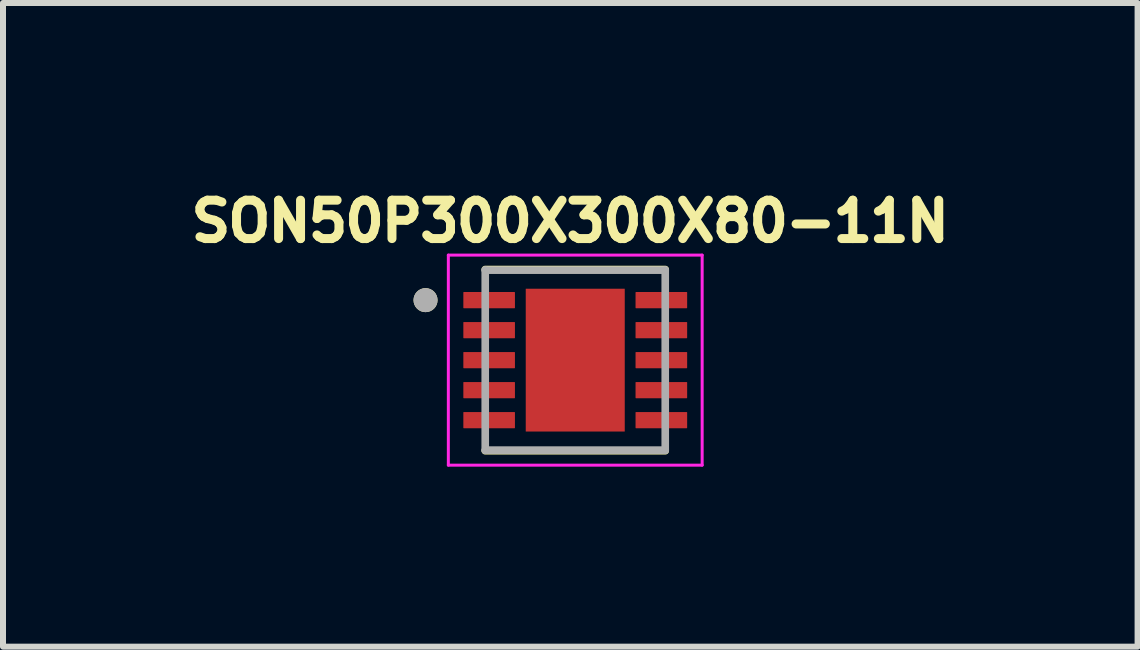
<source format=kicad_pcb>
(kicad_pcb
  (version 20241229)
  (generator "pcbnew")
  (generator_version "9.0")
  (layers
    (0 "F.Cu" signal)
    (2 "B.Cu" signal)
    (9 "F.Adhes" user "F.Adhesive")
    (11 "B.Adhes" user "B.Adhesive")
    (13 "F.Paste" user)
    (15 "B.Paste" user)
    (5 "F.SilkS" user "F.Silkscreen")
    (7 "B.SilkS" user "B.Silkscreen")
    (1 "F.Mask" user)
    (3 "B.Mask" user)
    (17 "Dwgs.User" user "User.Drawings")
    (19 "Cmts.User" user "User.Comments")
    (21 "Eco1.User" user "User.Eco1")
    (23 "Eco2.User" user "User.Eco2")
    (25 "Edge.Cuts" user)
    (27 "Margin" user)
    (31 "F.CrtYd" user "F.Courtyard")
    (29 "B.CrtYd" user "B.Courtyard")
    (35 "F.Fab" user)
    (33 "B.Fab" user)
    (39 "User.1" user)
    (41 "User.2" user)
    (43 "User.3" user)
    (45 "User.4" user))
  (footprint "SON50P300X300X80-11N"
    (layer "F.Cu")
    (at 6.537 2.952)
    (property "Reference" "SON50P300X300X80-11N" (at -0.083 -2.314 0) (layer "F.SilkS") (effects (font (size 0.64 0.64) (thickness 0.15))))
    (attr through_hole)
    (fp_poly (pts (xy -0.875 -1.24) (xy 0.875 -1.24) (xy 0.875 1.24) (xy -0.875 1.24)) (stroke (width 0.01) (type solid)) (fill yes) (layer "F.Mask"))
    (fp_poly (pts (xy -1.865 -1.185) (xy -1.005 -1.185) (xy -1.002 -1.185) (xy -1 -1.185) (xy -0.997 -1.184) (xy -0.995 -1.184) (xy -0.992 -1.183) (xy -0.99 -1.183) (xy -0.987 -1.182) (xy -0.985 -1.181) (xy -0.982 -1.18) (xy -0.98 -1.178) (xy -0.978 -1.177) (xy -0.976 -1.175) (xy -0.974 -1.174) (xy -0.972 -1.172) (xy -0.97 -1.17) (xy -0.968 -1.168) (xy -0.966 -1.166) (xy -0.965 -1.164) (xy -0.963 -1.162) (xy -0.962 -1.16) (xy -0.96 -1.158) (xy -0.959 -1.155) (xy -0.958 -1.153) (xy -0.957 -1.15) (xy -0.957 -1.148) (xy -0.956 -1.145) (xy -0.956 -1.143) (xy -0.955 -1.14) (xy -0.955 -1.138) (xy -0.955 -1.135) (xy -0.955 -0.865) (xy -0.955 -0.862) (xy -0.955 -0.86) (xy -0.956 -0.857) (xy -0.956 -0.855) (xy -0.957 -0.852) (xy -0.957 -0.85) (xy -0.958 -0.847) (xy -0.959 -0.845) (xy -0.96 -0.842) (xy -0.962 -0.84) (xy -0.963 -0.838) (xy -0.965 -0.836) (xy -0.966 -0.834) (xy -0.968 -0.832) (xy -0.97 -0.83) (xy -0.972 -0.828) (xy -0.974 -0.826) (xy -0.976 -0.825) (xy -0.978 -0.823) (xy -0.98 -0.822) (xy -0.982 -0.82) (xy -0.985 -0.819) (xy -0.987 -0.818) (xy -0.99 -0.817) (xy -0.992 -0.817) (xy -0.995 -0.816) (xy -0.997 -0.816) (xy -1 -0.815) (xy -1.002 -0.815) (xy -1.005 -0.815) (xy -1.865 -0.815) (xy -1.868 -0.815) (xy -1.87 -0.815) (xy -1.873 -0.816) (xy -1.875 -0.816) (xy -1.878 -0.817) (xy -1.88 -0.817) (xy -1.883 -0.818) (xy -1.885 -0.819) (xy -1.888 -0.82) (xy -1.89 -0.822) (xy -1.892 -0.823) (xy -1.894 -0.825) (xy -1.896 -0.826) (xy -1.898 -0.828) (xy -1.9 -0.83) (xy -1.902 -0.832) (xy -1.904 -0.834) (xy -1.905 -0.836) (xy -1.907 -0.838) (xy -1.908 -0.84) (xy -1.91 -0.842) (xy -1.911 -0.845) (xy -1.912 -0.847) (xy -1.913 -0.85) (xy -1.913 -0.852) (xy -1.914 -0.855) (xy -1.914 -0.857) (xy -1.915 -0.86) (xy -1.915 -0.862) (xy -1.915 -0.865) (xy -1.915 -1.135) (xy -1.915 -1.138) (xy -1.915 -1.14) (xy -1.914 -1.143) (xy -1.914 -1.145) (xy -1.913 -1.148) (xy -1.913 -1.15) (xy -1.912 -1.153) (xy -1.911 -1.155) (xy -1.91 -1.158) (xy -1.908 -1.16) (xy -1.907 -1.162) (xy -1.905 -1.164) (xy -1.904 -1.166) (xy -1.902 -1.168) (xy -1.9 -1.17) (xy -1.898 -1.172) (xy -1.896 -1.174) (xy -1.894 -1.175) (xy -1.892 -1.177) (xy -1.89 -1.178) (xy -1.888 -1.18) (xy -1.885 -1.181) (xy -1.883 -1.182) (xy -1.88 -1.183) (xy -1.878 -1.183) (xy -1.875 -1.184) (xy -1.873 -1.184) (xy -1.87 -1.185) (xy -1.868 -1.185) (xy -1.865 -1.185)) (stroke (width 0.01) (type solid)) (fill yes) (layer "F.Mask"))
    (fp_poly (pts (xy -1.865 -0.685) (xy -1.005 -0.685) (xy -1.002 -0.685) (xy -1 -0.685) (xy -0.997 -0.684) (xy -0.995 -0.684) (xy -0.992 -0.683) (xy -0.99 -0.683) (xy -0.987 -0.682) (xy -0.985 -0.681) (xy -0.982 -0.68) (xy -0.98 -0.678) (xy -0.978 -0.677) (xy -0.976 -0.675) (xy -0.974 -0.674) (xy -0.972 -0.672) (xy -0.97 -0.67) (xy -0.968 -0.668) (xy -0.966 -0.666) (xy -0.965 -0.664) (xy -0.963 -0.662) (xy -0.962 -0.66) (xy -0.96 -0.658) (xy -0.959 -0.655) (xy -0.958 -0.653) (xy -0.957 -0.65) (xy -0.957 -0.648) (xy -0.956 -0.645) (xy -0.956 -0.643) (xy -0.955 -0.64) (xy -0.955 -0.638) (xy -0.955 -0.635) (xy -0.955 -0.365) (xy -0.955 -0.362) (xy -0.955 -0.36) (xy -0.956 -0.357) (xy -0.956 -0.355) (xy -0.957 -0.352) (xy -0.957 -0.35) (xy -0.958 -0.347) (xy -0.959 -0.345) (xy -0.96 -0.342) (xy -0.962 -0.34) (xy -0.963 -0.338) (xy -0.965 -0.336) (xy -0.966 -0.334) (xy -0.968 -0.332) (xy -0.97 -0.33) (xy -0.972 -0.328) (xy -0.974 -0.326) (xy -0.976 -0.325) (xy -0.978 -0.323) (xy -0.98 -0.322) (xy -0.982 -0.32) (xy -0.985 -0.319) (xy -0.987 -0.318) (xy -0.99 -0.317) (xy -0.992 -0.317) (xy -0.995 -0.316) (xy -0.997 -0.316) (xy -1 -0.315) (xy -1.002 -0.315) (xy -1.005 -0.315) (xy -1.865 -0.315) (xy -1.868 -0.315) (xy -1.87 -0.315) (xy -1.873 -0.316) (xy -1.875 -0.316) (xy -1.878 -0.317) (xy -1.88 -0.317) (xy -1.883 -0.318) (xy -1.885 -0.319) (xy -1.888 -0.32) (xy -1.89 -0.322) (xy -1.892 -0.323) (xy -1.894 -0.325) (xy -1.896 -0.326) (xy -1.898 -0.328) (xy -1.9 -0.33) (xy -1.902 -0.332) (xy -1.904 -0.334) (xy -1.905 -0.336) (xy -1.907 -0.338) (xy -1.908 -0.34) (xy -1.91 -0.342) (xy -1.911 -0.345) (xy -1.912 -0.347) (xy -1.913 -0.35) (xy -1.913 -0.352) (xy -1.914 -0.355) (xy -1.914 -0.357) (xy -1.915 -0.36) (xy -1.915 -0.362) (xy -1.915 -0.365) (xy -1.915 -0.635) (xy -1.915 -0.638) (xy -1.915 -0.64) (xy -1.914 -0.643) (xy -1.914 -0.645) (xy -1.913 -0.648) (xy -1.913 -0.65) (xy -1.912 -0.653) (xy -1.911 -0.655) (xy -1.91 -0.658) (xy -1.908 -0.66) (xy -1.907 -0.662) (xy -1.905 -0.664) (xy -1.904 -0.666) (xy -1.902 -0.668) (xy -1.9 -0.67) (xy -1.898 -0.672) (xy -1.896 -0.674) (xy -1.894 -0.675) (xy -1.892 -0.677) (xy -1.89 -0.678) (xy -1.888 -0.68) (xy -1.885 -0.681) (xy -1.883 -0.682) (xy -1.88 -0.683) (xy -1.878 -0.683) (xy -1.875 -0.684) (xy -1.873 -0.684) (xy -1.87 -0.685) (xy -1.868 -0.685) (xy -1.865 -0.685)) (stroke (width 0.01) (type solid)) (fill yes) (layer "F.Mask"))
    (fp_poly (pts (xy -1.865 -0.185) (xy -1.005 -0.185) (xy -1.002 -0.185) (xy -1 -0.185) (xy -0.997 -0.184) (xy -0.995 -0.184) (xy -0.992 -0.183) (xy -0.99 -0.183) (xy -0.987 -0.182) (xy -0.985 -0.181) (xy -0.982 -0.18) (xy -0.98 -0.178) (xy -0.978 -0.177) (xy -0.976 -0.175) (xy -0.974 -0.174) (xy -0.972 -0.172) (xy -0.97 -0.17) (xy -0.968 -0.168) (xy -0.966 -0.166) (xy -0.965 -0.164) (xy -0.963 -0.162) (xy -0.962 -0.16) (xy -0.96 -0.158) (xy -0.959 -0.155) (xy -0.958 -0.153) (xy -0.957 -0.15) (xy -0.957 -0.148) (xy -0.956 -0.145) (xy -0.956 -0.143) (xy -0.955 -0.14) (xy -0.955 -0.138) (xy -0.955 -0.135) (xy -0.955 0.135) (xy -0.955 0.138) (xy -0.955 0.14) (xy -0.956 0.143) (xy -0.956 0.145) (xy -0.957 0.148) (xy -0.957 0.15) (xy -0.958 0.153) (xy -0.959 0.155) (xy -0.96 0.158) (xy -0.962 0.16) (xy -0.963 0.162) (xy -0.965 0.164) (xy -0.966 0.166) (xy -0.968 0.168) (xy -0.97 0.17) (xy -0.972 0.172) (xy -0.974 0.174) (xy -0.976 0.175) (xy -0.978 0.177) (xy -0.98 0.178) (xy -0.982 0.18) (xy -0.985 0.181) (xy -0.987 0.182) (xy -0.99 0.183) (xy -0.992 0.183) (xy -0.995 0.184) (xy -0.997 0.184) (xy -1 0.185) (xy -1.002 0.185) (xy -1.005 0.185) (xy -1.865 0.185) (xy -1.868 0.185) (xy -1.87 0.185) (xy -1.873 0.184) (xy -1.875 0.184) (xy -1.878 0.183) (xy -1.88 0.183) (xy -1.883 0.182) (xy -1.885 0.181) (xy -1.888 0.18) (xy -1.89 0.178) (xy -1.892 0.177) (xy -1.894 0.175) (xy -1.896 0.174) (xy -1.898 0.172) (xy -1.9 0.17) (xy -1.902 0.168) (xy -1.904 0.166) (xy -1.905 0.164) (xy -1.907 0.162) (xy -1.908 0.16) (xy -1.91 0.158) (xy -1.911 0.155) (xy -1.912 0.153) (xy -1.913 0.15) (xy -1.913 0.148) (xy -1.914 0.145) (xy -1.914 0.143) (xy -1.915 0.14) (xy -1.915 0.138) (xy -1.915 0.135) (xy -1.915 -0.135) (xy -1.915 -0.138) (xy -1.915 -0.14) (xy -1.914 -0.143) (xy -1.914 -0.145) (xy -1.913 -0.148) (xy -1.913 -0.15) (xy -1.912 -0.153) (xy -1.911 -0.155) (xy -1.91 -0.158) (xy -1.908 -0.16) (xy -1.907 -0.162) (xy -1.905 -0.164) (xy -1.904 -0.166) (xy -1.902 -0.168) (xy -1.9 -0.17) (xy -1.898 -0.172) (xy -1.896 -0.174) (xy -1.894 -0.175) (xy -1.892 -0.177) (xy -1.89 -0.178) (xy -1.888 -0.18) (xy -1.885 -0.181) (xy -1.883 -0.182) (xy -1.88 -0.183) (xy -1.878 -0.183) (xy -1.875 -0.184) (xy -1.873 -0.184) (xy -1.87 -0.185) (xy -1.868 -0.185) (xy -1.865 -0.185)) (stroke (width 0.01) (type solid)) (fill yes) (layer "F.Mask"))
    (fp_poly (pts (xy -1.865 0.315) (xy -1.005 0.315) (xy -1.002 0.315) (xy -1 0.315) (xy -0.997 0.316) (xy -0.995 0.316) (xy -0.992 0.317) (xy -0.99 0.317) (xy -0.987 0.318) (xy -0.985 0.319) (xy -0.982 0.32) (xy -0.98 0.322) (xy -0.978 0.323) (xy -0.976 0.325) (xy -0.974 0.326) (xy -0.972 0.328) (xy -0.97 0.33) (xy -0.968 0.332) (xy -0.966 0.334) (xy -0.965 0.336) (xy -0.963 0.338) (xy -0.962 0.34) (xy -0.96 0.342) (xy -0.959 0.345) (xy -0.958 0.347) (xy -0.957 0.35) (xy -0.957 0.352) (xy -0.956 0.355) (xy -0.956 0.357) (xy -0.955 0.36) (xy -0.955 0.362) (xy -0.955 0.365) (xy -0.955 0.635) (xy -0.955 0.638) (xy -0.955 0.64) (xy -0.956 0.643) (xy -0.956 0.645) (xy -0.957 0.648) (xy -0.957 0.65) (xy -0.958 0.653) (xy -0.959 0.655) (xy -0.96 0.658) (xy -0.962 0.66) (xy -0.963 0.662) (xy -0.965 0.664) (xy -0.966 0.666) (xy -0.968 0.668) (xy -0.97 0.67) (xy -0.972 0.672) (xy -0.974 0.674) (xy -0.976 0.675) (xy -0.978 0.677) (xy -0.98 0.678) (xy -0.982 0.68) (xy -0.985 0.681) (xy -0.987 0.682) (xy -0.99 0.683) (xy -0.992 0.683) (xy -0.995 0.684) (xy -0.997 0.684) (xy -1 0.685) (xy -1.002 0.685) (xy -1.005 0.685) (xy -1.865 0.685) (xy -1.868 0.685) (xy -1.87 0.685) (xy -1.873 0.684) (xy -1.875 0.684) (xy -1.878 0.683) (xy -1.88 0.683) (xy -1.883 0.682) (xy -1.885 0.681) (xy -1.888 0.68) (xy -1.89 0.678) (xy -1.892 0.677) (xy -1.894 0.675) (xy -1.896 0.674) (xy -1.898 0.672) (xy -1.9 0.67) (xy -1.902 0.668) (xy -1.904 0.666) (xy -1.905 0.664) (xy -1.907 0.662) (xy -1.908 0.66) (xy -1.91 0.658) (xy -1.911 0.655) (xy -1.912 0.653) (xy -1.913 0.65) (xy -1.913 0.648) (xy -1.914 0.645) (xy -1.914 0.643) (xy -1.915 0.64) (xy -1.915 0.638) (xy -1.915 0.635) (xy -1.915 0.365) (xy -1.915 0.362) (xy -1.915 0.36) (xy -1.914 0.357) (xy -1.914 0.355) (xy -1.913 0.352) (xy -1.913 0.35) (xy -1.912 0.347) (xy -1.911 0.345) (xy -1.91 0.342) (xy -1.908 0.34) (xy -1.907 0.338) (xy -1.905 0.336) (xy -1.904 0.334) (xy -1.902 0.332) (xy -1.9 0.33) (xy -1.898 0.328) (xy -1.896 0.326) (xy -1.894 0.325) (xy -1.892 0.323) (xy -1.89 0.322) (xy -1.888 0.32) (xy -1.885 0.319) (xy -1.883 0.318) (xy -1.88 0.317) (xy -1.878 0.317) (xy -1.875 0.316) (xy -1.873 0.316) (xy -1.87 0.315) (xy -1.868 0.315) (xy -1.865 0.315)) (stroke (width 0.01) (type solid)) (fill yes) (layer "F.Mask"))
    (fp_poly (pts (xy -1.865 0.815) (xy -1.005 0.815) (xy -1.002 0.815) (xy -1 0.815) (xy -0.997 0.816) (xy -0.995 0.816) (xy -0.992 0.817) (xy -0.99 0.817) (xy -0.987 0.818) (xy -0.985 0.819) (xy -0.982 0.82) (xy -0.98 0.822) (xy -0.978 0.823) (xy -0.976 0.825) (xy -0.974 0.826) (xy -0.972 0.828) (xy -0.97 0.83) (xy -0.968 0.832) (xy -0.966 0.834) (xy -0.965 0.836) (xy -0.963 0.838) (xy -0.962 0.84) (xy -0.96 0.842) (xy -0.959 0.845) (xy -0.958 0.847) (xy -0.957 0.85) (xy -0.957 0.852) (xy -0.956 0.855) (xy -0.956 0.857) (xy -0.955 0.86) (xy -0.955 0.862) (xy -0.955 0.865) (xy -0.955 1.135) (xy -0.955 1.138) (xy -0.955 1.14) (xy -0.956 1.143) (xy -0.956 1.145) (xy -0.957 1.148) (xy -0.957 1.15) (xy -0.958 1.153) (xy -0.959 1.155) (xy -0.96 1.158) (xy -0.962 1.16) (xy -0.963 1.162) (xy -0.965 1.164) (xy -0.966 1.166) (xy -0.968 1.168) (xy -0.97 1.17) (xy -0.972 1.172) (xy -0.974 1.174) (xy -0.976 1.175) (xy -0.978 1.177) (xy -0.98 1.178) (xy -0.982 1.18) (xy -0.985 1.181) (xy -0.987 1.182) (xy -0.99 1.183) (xy -0.992 1.183) (xy -0.995 1.184) (xy -0.997 1.184) (xy -1 1.185) (xy -1.002 1.185) (xy -1.005 1.185) (xy -1.865 1.185) (xy -1.868 1.185) (xy -1.87 1.185) (xy -1.873 1.184) (xy -1.875 1.184) (xy -1.878 1.183) (xy -1.88 1.183) (xy -1.883 1.182) (xy -1.885 1.181) (xy -1.888 1.18) (xy -1.89 1.178) (xy -1.892 1.177) (xy -1.894 1.175) (xy -1.896 1.174) (xy -1.898 1.172) (xy -1.9 1.17) (xy -1.902 1.168) (xy -1.904 1.166) (xy -1.905 1.164) (xy -1.907 1.162) (xy -1.908 1.16) (xy -1.91 1.158) (xy -1.911 1.155) (xy -1.912 1.153) (xy -1.913 1.15) (xy -1.913 1.148) (xy -1.914 1.145) (xy -1.914 1.143) (xy -1.915 1.14) (xy -1.915 1.138) (xy -1.915 1.135) (xy -1.915 0.865) (xy -1.915 0.862) (xy -1.915 0.86) (xy -1.914 0.857) (xy -1.914 0.855) (xy -1.913 0.852) (xy -1.913 0.85) (xy -1.912 0.847) (xy -1.911 0.845) (xy -1.91 0.842) (xy -1.908 0.84) (xy -1.907 0.838) (xy -1.905 0.836) (xy -1.904 0.834) (xy -1.902 0.832) (xy -1.9 0.83) (xy -1.898 0.828) (xy -1.896 0.826) (xy -1.894 0.825) (xy -1.892 0.823) (xy -1.89 0.822) (xy -1.888 0.82) (xy -1.885 0.819) (xy -1.883 0.818) (xy -1.88 0.817) (xy -1.878 0.817) (xy -1.875 0.816) (xy -1.873 0.816) (xy -1.87 0.815) (xy -1.868 0.815) (xy -1.865 0.815)) (stroke (width 0.01) (type solid)) (fill yes) (layer "F.Mask"))
    (fp_poly (pts (xy 1.005 -1.185) (xy 1.865 -1.185) (xy 1.868 -1.185) (xy 1.87 -1.185) (xy 1.873 -1.184) (xy 1.875 -1.184) (xy 1.878 -1.183) (xy 1.88 -1.183) (xy 1.883 -1.182) (xy 1.885 -1.181) (xy 1.888 -1.18) (xy 1.89 -1.178) (xy 1.892 -1.177) (xy 1.894 -1.175) (xy 1.896 -1.174) (xy 1.898 -1.172) (xy 1.9 -1.17) (xy 1.902 -1.168) (xy 1.904 -1.166) (xy 1.905 -1.164) (xy 1.907 -1.162) (xy 1.908 -1.16) (xy 1.91 -1.158) (xy 1.911 -1.155) (xy 1.912 -1.153) (xy 1.913 -1.15) (xy 1.913 -1.148) (xy 1.914 -1.145) (xy 1.914 -1.143) (xy 1.915 -1.14) (xy 1.915 -1.138) (xy 1.915 -1.135) (xy 1.915 -0.865) (xy 1.915 -0.862) (xy 1.915 -0.86) (xy 1.914 -0.857) (xy 1.914 -0.855) (xy 1.913 -0.852) (xy 1.913 -0.85) (xy 1.912 -0.847) (xy 1.911 -0.845) (xy 1.91 -0.842) (xy 1.908 -0.84) (xy 1.907 -0.838) (xy 1.905 -0.836) (xy 1.904 -0.834) (xy 1.902 -0.832) (xy 1.9 -0.83) (xy 1.898 -0.828) (xy 1.896 -0.826) (xy 1.894 -0.825) (xy 1.892 -0.823) (xy 1.89 -0.822) (xy 1.888 -0.82) (xy 1.885 -0.819) (xy 1.883 -0.818) (xy 1.88 -0.817) (xy 1.878 -0.817) (xy 1.875 -0.816) (xy 1.873 -0.816) (xy 1.87 -0.815) (xy 1.868 -0.815) (xy 1.865 -0.815) (xy 1.005 -0.815) (xy 1.002 -0.815) (xy 1 -0.815) (xy 0.997 -0.816) (xy 0.995 -0.816) (xy 0.992 -0.817) (xy 0.99 -0.817) (xy 0.987 -0.818) (xy 0.985 -0.819) (xy 0.982 -0.82) (xy 0.98 -0.822) (xy 0.978 -0.823) (xy 0.976 -0.825) (xy 0.974 -0.826) (xy 0.972 -0.828) (xy 0.97 -0.83) (xy 0.968 -0.832) (xy 0.966 -0.834) (xy 0.965 -0.836) (xy 0.963 -0.838) (xy 0.962 -0.84) (xy 0.96 -0.842) (xy 0.959 -0.845) (xy 0.958 -0.847) (xy 0.957 -0.85) (xy 0.957 -0.852) (xy 0.956 -0.855) (xy 0.956 -0.857) (xy 0.955 -0.86) (xy 0.955 -0.862) (xy 0.955 -0.865) (xy 0.955 -1.135) (xy 0.955 -1.138) (xy 0.955 -1.14) (xy 0.956 -1.143) (xy 0.956 -1.145) (xy 0.957 -1.148) (xy 0.957 -1.15) (xy 0.958 -1.153) (xy 0.959 -1.155) (xy 0.96 -1.158) (xy 0.962 -1.16) (xy 0.963 -1.162) (xy 0.965 -1.164) (xy 0.966 -1.166) (xy 0.968 -1.168) (xy 0.97 -1.17) (xy 0.972 -1.172) (xy 0.974 -1.174) (xy 0.976 -1.175) (xy 0.978 -1.177) (xy 0.98 -1.178) (xy 0.982 -1.18) (xy 0.985 -1.181) (xy 0.987 -1.182) (xy 0.99 -1.183) (xy 0.992 -1.183) (xy 0.995 -1.184) (xy 0.997 -1.184) (xy 1 -1.185) (xy 1.002 -1.185) (xy 1.005 -1.185)) (stroke (width 0.01) (type solid)) (fill yes) (layer "F.Mask"))
    (fp_poly (pts (xy 1.005 -0.685) (xy 1.865 -0.685) (xy 1.868 -0.685) (xy 1.87 -0.685) (xy 1.873 -0.684) (xy 1.875 -0.684) (xy 1.878 -0.683) (xy 1.88 -0.683) (xy 1.883 -0.682) (xy 1.885 -0.681) (xy 1.888 -0.68) (xy 1.89 -0.678) (xy 1.892 -0.677) (xy 1.894 -0.675) (xy 1.896 -0.674) (xy 1.898 -0.672) (xy 1.9 -0.67) (xy 1.902 -0.668) (xy 1.904 -0.666) (xy 1.905 -0.664) (xy 1.907 -0.662) (xy 1.908 -0.66) (xy 1.91 -0.658) (xy 1.911 -0.655) (xy 1.912 -0.653) (xy 1.913 -0.65) (xy 1.913 -0.648) (xy 1.914 -0.645) (xy 1.914 -0.643) (xy 1.915 -0.64) (xy 1.915 -0.638) (xy 1.915 -0.635) (xy 1.915 -0.365) (xy 1.915 -0.362) (xy 1.915 -0.36) (xy 1.914 -0.357) (xy 1.914 -0.355) (xy 1.913 -0.352) (xy 1.913 -0.35) (xy 1.912 -0.347) (xy 1.911 -0.345) (xy 1.91 -0.342) (xy 1.908 -0.34) (xy 1.907 -0.338) (xy 1.905 -0.336) (xy 1.904 -0.334) (xy 1.902 -0.332) (xy 1.9 -0.33) (xy 1.898 -0.328) (xy 1.896 -0.326) (xy 1.894 -0.325) (xy 1.892 -0.323) (xy 1.89 -0.322) (xy 1.888 -0.32) (xy 1.885 -0.319) (xy 1.883 -0.318) (xy 1.88 -0.317) (xy 1.878 -0.317) (xy 1.875 -0.316) (xy 1.873 -0.316) (xy 1.87 -0.315) (xy 1.868 -0.315) (xy 1.865 -0.315) (xy 1.005 -0.315) (xy 1.002 -0.315) (xy 1 -0.315) (xy 0.997 -0.316) (xy 0.995 -0.316) (xy 0.992 -0.317) (xy 0.99 -0.317) (xy 0.987 -0.318) (xy 0.985 -0.319) (xy 0.982 -0.32) (xy 0.98 -0.322) (xy 0.978 -0.323) (xy 0.976 -0.325) (xy 0.974 -0.326) (xy 0.972 -0.328) (xy 0.97 -0.33) (xy 0.968 -0.332) (xy 0.966 -0.334) (xy 0.965 -0.336) (xy 0.963 -0.338) (xy 0.962 -0.34) (xy 0.96 -0.342) (xy 0.959 -0.345) (xy 0.958 -0.347) (xy 0.957 -0.35) (xy 0.957 -0.352) (xy 0.956 -0.355) (xy 0.956 -0.357) (xy 0.955 -0.36) (xy 0.955 -0.362) (xy 0.955 -0.365) (xy 0.955 -0.635) (xy 0.955 -0.638) (xy 0.955 -0.64) (xy 0.956 -0.643) (xy 0.956 -0.645) (xy 0.957 -0.648) (xy 0.957 -0.65) (xy 0.958 -0.653) (xy 0.959 -0.655) (xy 0.96 -0.658) (xy 0.962 -0.66) (xy 0.963 -0.662) (xy 0.965 -0.664) (xy 0.966 -0.666) (xy 0.968 -0.668) (xy 0.97 -0.67) (xy 0.972 -0.672) (xy 0.974 -0.674) (xy 0.976 -0.675) (xy 0.978 -0.677) (xy 0.98 -0.678) (xy 0.982 -0.68) (xy 0.985 -0.681) (xy 0.987 -0.682) (xy 0.99 -0.683) (xy 0.992 -0.683) (xy 0.995 -0.684) (xy 0.997 -0.684) (xy 1 -0.685) (xy 1.002 -0.685) (xy 1.005 -0.685)) (stroke (width 0.01) (type solid)) (fill yes) (layer "F.Mask"))
    (fp_poly (pts (xy 1.005 -0.185) (xy 1.865 -0.185) (xy 1.868 -0.185) (xy 1.87 -0.185) (xy 1.873 -0.184) (xy 1.875 -0.184) (xy 1.878 -0.183) (xy 1.88 -0.183) (xy 1.883 -0.182) (xy 1.885 -0.181) (xy 1.888 -0.18) (xy 1.89 -0.178) (xy 1.892 -0.177) (xy 1.894 -0.175) (xy 1.896 -0.174) (xy 1.898 -0.172) (xy 1.9 -0.17) (xy 1.902 -0.168) (xy 1.904 -0.166) (xy 1.905 -0.164) (xy 1.907 -0.162) (xy 1.908 -0.16) (xy 1.91 -0.158) (xy 1.911 -0.155) (xy 1.912 -0.153) (xy 1.913 -0.15) (xy 1.913 -0.148) (xy 1.914 -0.145) (xy 1.914 -0.143) (xy 1.915 -0.14) (xy 1.915 -0.138) (xy 1.915 -0.135) (xy 1.915 0.135) (xy 1.915 0.138) (xy 1.915 0.14) (xy 1.914 0.143) (xy 1.914 0.145) (xy 1.913 0.148) (xy 1.913 0.15) (xy 1.912 0.153) (xy 1.911 0.155) (xy 1.91 0.158) (xy 1.908 0.16) (xy 1.907 0.162) (xy 1.905 0.164) (xy 1.904 0.166) (xy 1.902 0.168) (xy 1.9 0.17) (xy 1.898 0.172) (xy 1.896 0.174) (xy 1.894 0.175) (xy 1.892 0.177) (xy 1.89 0.178) (xy 1.888 0.18) (xy 1.885 0.181) (xy 1.883 0.182) (xy 1.88 0.183) (xy 1.878 0.183) (xy 1.875 0.184) (xy 1.873 0.184) (xy 1.87 0.185) (xy 1.868 0.185) (xy 1.865 0.185) (xy 1.005 0.185) (xy 1.002 0.185) (xy 1 0.185) (xy 0.997 0.184) (xy 0.995 0.184) (xy 0.992 0.183) (xy 0.99 0.183) (xy 0.987 0.182) (xy 0.985 0.181) (xy 0.982 0.18) (xy 0.98 0.178) (xy 0.978 0.177) (xy 0.976 0.175) (xy 0.974 0.174) (xy 0.972 0.172) (xy 0.97 0.17) (xy 0.968 0.168) (xy 0.966 0.166) (xy 0.965 0.164) (xy 0.963 0.162) (xy 0.962 0.16) (xy 0.96 0.158) (xy 0.959 0.155) (xy 0.958 0.153) (xy 0.957 0.15) (xy 0.957 0.148) (xy 0.956 0.145) (xy 0.956 0.143) (xy 0.955 0.14) (xy 0.955 0.138) (xy 0.955 0.135) (xy 0.955 -0.135) (xy 0.955 -0.138) (xy 0.955 -0.14) (xy 0.956 -0.143) (xy 0.956 -0.145) (xy 0.957 -0.148) (xy 0.957 -0.15) (xy 0.958 -0.153) (xy 0.959 -0.155) (xy 0.96 -0.158) (xy 0.962 -0.16) (xy 0.963 -0.162) (xy 0.965 -0.164) (xy 0.966 -0.166) (xy 0.968 -0.168) (xy 0.97 -0.17) (xy 0.972 -0.172) (xy 0.974 -0.174) (xy 0.976 -0.175) (xy 0.978 -0.177) (xy 0.98 -0.178) (xy 0.982 -0.18) (xy 0.985 -0.181) (xy 0.987 -0.182) (xy 0.99 -0.183) (xy 0.992 -0.183) (xy 0.995 -0.184) (xy 0.997 -0.184) (xy 1 -0.185) (xy 1.002 -0.185) (xy 1.005 -0.185)) (stroke (width 0.01) (type solid)) (fill yes) (layer "F.Mask"))
    (fp_poly (pts (xy 1.005 0.315) (xy 1.865 0.315) (xy 1.868 0.315) (xy 1.87 0.315) (xy 1.873 0.316) (xy 1.875 0.316) (xy 1.878 0.317) (xy 1.88 0.317) (xy 1.883 0.318) (xy 1.885 0.319) (xy 1.888 0.32) (xy 1.89 0.322) (xy 1.892 0.323) (xy 1.894 0.325) (xy 1.896 0.326) (xy 1.898 0.328) (xy 1.9 0.33) (xy 1.902 0.332) (xy 1.904 0.334) (xy 1.905 0.336) (xy 1.907 0.338) (xy 1.908 0.34) (xy 1.91 0.342) (xy 1.911 0.345) (xy 1.912 0.347) (xy 1.913 0.35) (xy 1.913 0.352) (xy 1.914 0.355) (xy 1.914 0.357) (xy 1.915 0.36) (xy 1.915 0.362) (xy 1.915 0.365) (xy 1.915 0.635) (xy 1.915 0.638) (xy 1.915 0.64) (xy 1.914 0.643) (xy 1.914 0.645) (xy 1.913 0.648) (xy 1.913 0.65) (xy 1.912 0.653) (xy 1.911 0.655) (xy 1.91 0.658) (xy 1.908 0.66) (xy 1.907 0.662) (xy 1.905 0.664) (xy 1.904 0.666) (xy 1.902 0.668) (xy 1.9 0.67) (xy 1.898 0.672) (xy 1.896 0.674) (xy 1.894 0.675) (xy 1.892 0.677) (xy 1.89 0.678) (xy 1.888 0.68) (xy 1.885 0.681) (xy 1.883 0.682) (xy 1.88 0.683) (xy 1.878 0.683) (xy 1.875 0.684) (xy 1.873 0.684) (xy 1.87 0.685) (xy 1.868 0.685) (xy 1.865 0.685) (xy 1.005 0.685) (xy 1.002 0.685) (xy 1 0.685) (xy 0.997 0.684) (xy 0.995 0.684) (xy 0.992 0.683) (xy 0.99 0.683) (xy 0.987 0.682) (xy 0.985 0.681) (xy 0.982 0.68) (xy 0.98 0.678) (xy 0.978 0.677) (xy 0.976 0.675) (xy 0.974 0.674) (xy 0.972 0.672) (xy 0.97 0.67) (xy 0.968 0.668) (xy 0.966 0.666) (xy 0.965 0.664) (xy 0.963 0.662) (xy 0.962 0.66) (xy 0.96 0.658) (xy 0.959 0.655) (xy 0.958 0.653) (xy 0.957 0.65) (xy 0.957 0.648) (xy 0.956 0.645) (xy 0.956 0.643) (xy 0.955 0.64) (xy 0.955 0.638) (xy 0.955 0.635) (xy 0.955 0.365) (xy 0.955 0.362) (xy 0.955 0.36) (xy 0.956 0.357) (xy 0.956 0.355) (xy 0.957 0.352) (xy 0.957 0.35) (xy 0.958 0.347) (xy 0.959 0.345) (xy 0.96 0.342) (xy 0.962 0.34) (xy 0.963 0.338) (xy 0.965 0.336) (xy 0.966 0.334) (xy 0.968 0.332) (xy 0.97 0.33) (xy 0.972 0.328) (xy 0.974 0.326) (xy 0.976 0.325) (xy 0.978 0.323) (xy 0.98 0.322) (xy 0.982 0.32) (xy 0.985 0.319) (xy 0.987 0.318) (xy 0.99 0.317) (xy 0.992 0.317) (xy 0.995 0.316) (xy 0.997 0.316) (xy 1 0.315) (xy 1.002 0.315) (xy 1.005 0.315)) (stroke (width 0.01) (type solid)) (fill yes) (layer "F.Mask"))
    (fp_poly (pts (xy 1.005 0.815) (xy 1.865 0.815) (xy 1.868 0.815) (xy 1.87 0.815) (xy 1.873 0.816) (xy 1.875 0.816) (xy 1.878 0.817) (xy 1.88 0.817) (xy 1.883 0.818) (xy 1.885 0.819) (xy 1.888 0.82) (xy 1.89 0.822) (xy 1.892 0.823) (xy 1.894 0.825) (xy 1.896 0.826) (xy 1.898 0.828) (xy 1.9 0.83) (xy 1.902 0.832) (xy 1.904 0.834) (xy 1.905 0.836) (xy 1.907 0.838) (xy 1.908 0.84) (xy 1.91 0.842) (xy 1.911 0.845) (xy 1.912 0.847) (xy 1.913 0.85) (xy 1.913 0.852) (xy 1.914 0.855) (xy 1.914 0.857) (xy 1.915 0.86) (xy 1.915 0.862) (xy 1.915 0.865) (xy 1.915 1.135) (xy 1.915 1.138) (xy 1.915 1.14) (xy 1.914 1.143) (xy 1.914 1.145) (xy 1.913 1.148) (xy 1.913 1.15) (xy 1.912 1.153) (xy 1.911 1.155) (xy 1.91 1.158) (xy 1.908 1.16) (xy 1.907 1.162) (xy 1.905 1.164) (xy 1.904 1.166) (xy 1.902 1.168) (xy 1.9 1.17) (xy 1.898 1.172) (xy 1.896 1.174) (xy 1.894 1.175) (xy 1.892 1.177) (xy 1.89 1.178) (xy 1.888 1.18) (xy 1.885 1.181) (xy 1.883 1.182) (xy 1.88 1.183) (xy 1.878 1.183) (xy 1.875 1.184) (xy 1.873 1.184) (xy 1.87 1.185) (xy 1.868 1.185) (xy 1.865 1.185) (xy 1.005 1.185) (xy 1.002 1.185) (xy 1 1.185) (xy 0.997 1.184) (xy 0.995 1.184) (xy 0.992 1.183) (xy 0.99 1.183) (xy 0.987 1.182) (xy 0.985 1.181) (xy 0.982 1.18) (xy 0.98 1.178) (xy 0.978 1.177) (xy 0.976 1.175) (xy 0.974 1.174) (xy 0.972 1.172) (xy 0.97 1.17) (xy 0.968 1.168) (xy 0.966 1.166) (xy 0.965 1.164) (xy 0.963 1.162) (xy 0.962 1.16) (xy 0.96 1.158) (xy 0.959 1.155) (xy 0.958 1.153) (xy 0.957 1.15) (xy 0.957 1.148) (xy 0.956 1.145) (xy 0.956 1.143) (xy 0.955 1.14) (xy 0.955 1.138) (xy 0.955 1.135) (xy 0.955 0.865) (xy 0.955 0.862) (xy 0.955 0.86) (xy 0.956 0.857) (xy 0.956 0.855) (xy 0.957 0.852) (xy 0.957 0.85) (xy 0.958 0.847) (xy 0.959 0.845) (xy 0.96 0.842) (xy 0.962 0.84) (xy 0.963 0.838) (xy 0.965 0.836) (xy 0.966 0.834) (xy 0.968 0.832) (xy 0.97 0.83) (xy 0.972 0.828) (xy 0.974 0.826) (xy 0.976 0.825) (xy 0.978 0.823) (xy 0.98 0.822) (xy 0.982 0.82) (xy 0.985 0.819) (xy 0.987 0.818) (xy 0.99 0.817) (xy 0.992 0.817) (xy 0.995 0.816) (xy 0.997 0.816) (xy 1 0.815) (xy 1.002 0.815) (xy 1.005 0.815)) (stroke (width 0.01) (type solid)) (fill yes) (layer "F.Mask"))
    (fp_line (start -1.5 -1.51) (end 1.5 -1.51) (stroke (width 0.127) (type solid)) (layer "F.SilkS"))
    (fp_line (start -1.5 1.51) (end 1.5 1.51) (stroke (width 0.127) (type solid)) (layer "F.SilkS"))
    (fp_circle (center -2.495 -1) (end -2.395 -1) (stroke (width 0.2) (type solid)) (fill no) (layer "F.SilkS"))
    (fp_poly (pts (xy -0.52 -0.75) (xy 0.52 -0.75) (xy 0.52 0.75) (xy -0.52 0.75)) (stroke (width 0.01) (type solid)) (fill yes) (layer "F.Paste"))
    (fp_line (start -2.115 -1.75) (end -2.115 1.75) (stroke (width 0.05) (type solid)) (layer "F.CrtYd"))
    (fp_line (start -2.115 -1.75) (end 2.115 -1.75) (stroke (width 0.05) (type solid)) (layer "F.CrtYd"))
    (fp_line (start -2.115 1.75) (end 2.115 1.75) (stroke (width 0.05) (type solid)) (layer "F.CrtYd"))
    (fp_line (start 2.115 -1.75) (end 2.115 1.75) (stroke (width 0.05) (type solid)) (layer "F.CrtYd"))
    (fp_line (start -1.5 -1.5) (end -1.5 1.5) (stroke (width 0.127) (type solid)) (layer "F.Fab"))
    (fp_line (start -1.5 -1.5) (end 1.5 -1.5) (stroke (width 0.127) (type solid)) (layer "F.Fab"))
    (fp_line (start -1.5 1.5) (end 1.5 1.5) (stroke (width 0.127) (type solid)) (layer "F.Fab"))
    (fp_line (start 1.5 -1.5) (end 1.5 1.5) (stroke (width 0.127) (type solid)) (layer "F.Fab"))
    (fp_circle (center -2.495 -1) (end -2.395 -1) (stroke (width 0.2) (type solid)) (fill no) (layer "F.Fab"))
    (pad "1" smd roundrect (at -1.435 -1) (size 0.86 0.27) (layers "F.Cu" "F.Paste") (roundrect_rratio 0.03))
    (pad "2" smd roundrect (at -1.435 -0.5) (size 0.86 0.27) (layers "F.Cu" "F.Paste") (roundrect_rratio 0.03))
    (pad "3" smd roundrect (at -1.435 0) (size 0.86 0.27) (layers "F.Cu" "F.Paste") (roundrect_rratio 0.03))
    (pad "4" smd roundrect (at -1.435 0.5) (size 0.86 0.27) (layers "F.Cu" "F.Paste") (roundrect_rratio 0.03))
    (pad "5" smd roundrect (at -1.435 1) (size 0.86 0.27) (layers "F.Cu" "F.Paste") (roundrect_rratio 0.03))
    (pad "6" smd roundrect (at 1.435 1) (size 0.86 0.27) (layers "F.Cu" "F.Paste") (roundrect_rratio 0.03))
    (pad "7" smd roundrect (at 1.435 0.5) (size 0.86 0.27) (layers "F.Cu" "F.Paste") (roundrect_rratio 0.03))
    (pad "8" smd roundrect (at 1.435 0) (size 0.86 0.27) (layers "F.Cu" "F.Paste") (roundrect_rratio 0.03))
    (pad "9" smd roundrect (at 1.435 -0.5) (size 0.86 0.27) (layers "F.Cu" "F.Paste") (roundrect_rratio 0.03))
    (pad "10" smd roundrect (at 1.435 -1) (size 0.86 0.27) (layers "F.Cu" "F.Paste") (roundrect_rratio 0.03))
    (pad "11" smd rect (at 0 0) (size 1.65 2.38) (layers "F.Cu")))
  (gr_rect
    (start -3 -3)
    (end 15.909 7.727)
    (stroke (width 0.1) (type default))
    (fill no)
    (layer "Edge.Cuts")))
</source>
